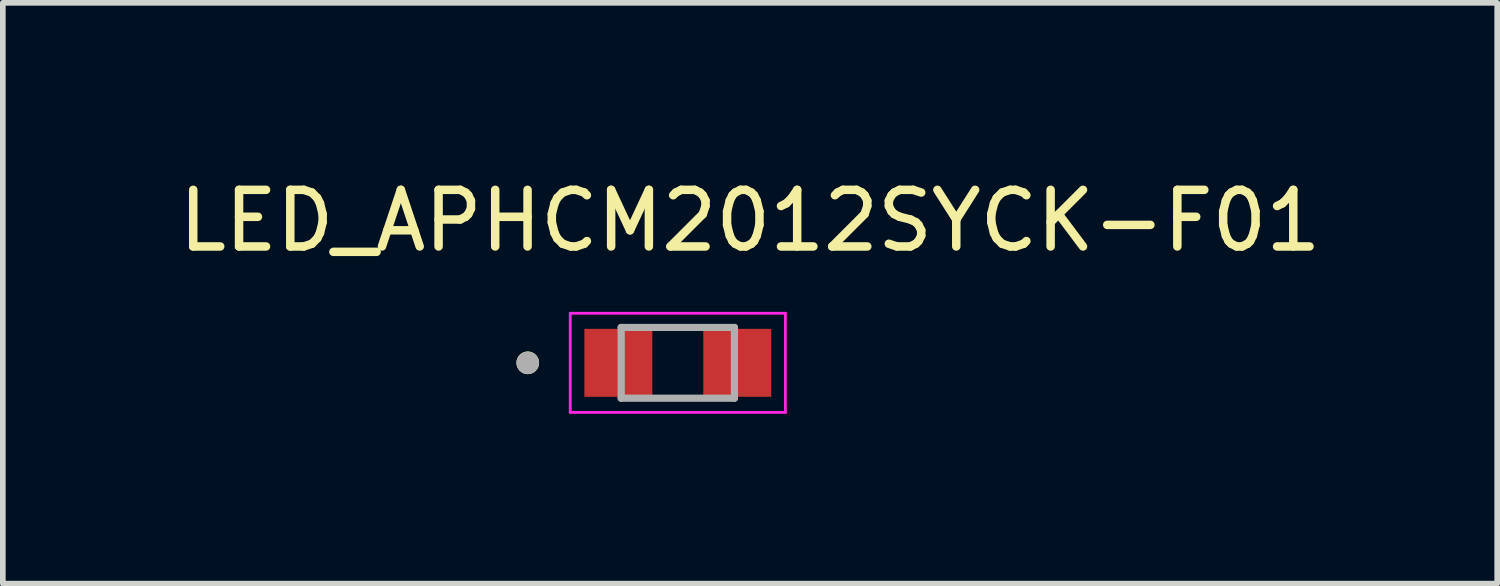
<source format=kicad_pcb>
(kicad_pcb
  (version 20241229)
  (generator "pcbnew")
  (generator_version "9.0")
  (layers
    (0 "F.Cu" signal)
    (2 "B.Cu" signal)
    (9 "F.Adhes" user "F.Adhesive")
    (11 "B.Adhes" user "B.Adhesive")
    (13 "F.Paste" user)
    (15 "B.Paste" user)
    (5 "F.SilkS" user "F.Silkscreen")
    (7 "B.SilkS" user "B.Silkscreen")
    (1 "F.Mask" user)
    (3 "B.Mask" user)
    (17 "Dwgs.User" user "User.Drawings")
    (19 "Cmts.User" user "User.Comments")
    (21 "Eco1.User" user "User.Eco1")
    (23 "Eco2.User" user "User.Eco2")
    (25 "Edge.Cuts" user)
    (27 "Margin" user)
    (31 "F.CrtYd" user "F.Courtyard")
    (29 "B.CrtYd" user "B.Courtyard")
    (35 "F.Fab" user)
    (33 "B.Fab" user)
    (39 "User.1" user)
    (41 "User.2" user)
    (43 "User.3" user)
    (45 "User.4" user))
  (footprint "LED_APHCM2012SYCK-F01"
    (layer "F.Cu")
    (at 8.921 3.358)
    (property "Reference" "LED_APHCM2012SYCK-F01" (at 1.275 -2.51 0) (layer "F.SilkS") (effects (font (size 1 1) (thickness 0.15))))
    (attr smd)
    (fp_circle (center -2.65 0) (end -2.55 0) (stroke (width 0.2) (type solid)) (fill no) (layer "F.SilkS"))
    (fp_line (start -1.9 -0.875) (end -1.9 0.875) (stroke (width 0.05) (type solid)) (layer "F.CrtYd"))
    (fp_line (start -1.9 0.875) (end 1.9 0.875) (stroke (width 0.05) (type solid)) (layer "F.CrtYd"))
    (fp_line (start 1.9 -0.875) (end -1.9 -0.875) (stroke (width 0.05) (type solid)) (layer "F.CrtYd"))
    (fp_line (start 1.9 0.875) (end 1.9 -0.875) (stroke (width 0.05) (type solid)) (layer "F.CrtYd"))
    (fp_line (start -1 -0.625) (end 1 -0.625) (stroke (width 0.127) (type solid)) (layer "F.Fab"))
    (fp_line (start -1 0.625) (end -1 -0.625) (stroke (width 0.127) (type solid)) (layer "F.Fab"))
    (fp_line (start 1 -0.625) (end 1 0.625) (stroke (width 0.127) (type solid)) (layer "F.Fab"))
    (fp_line (start 1 0.625) (end -1 0.625) (stroke (width 0.127) (type solid)) (layer "F.Fab"))
    (fp_circle (center -2.65 0) (end -2.55 0) (stroke (width 0.2) (type solid)) (fill no) (layer "F.Fab"))
    (pad "1" smd rect (at -1.05 0) (size 1.2 1.2) (layers "F.Cu" "F.Mask" "F.Paste"))
    (pad "2" smd rect (at 1.05 0) (size 1.2 1.2) (layers "F.Cu" "F.Mask" "F.Paste")))
  (gr_rect
    (start -3 -3)
    (end 23.393 7.258)
    (stroke (width 0.1) (type default))
    (fill no)
    (layer "Edge.Cuts")))
</source>
